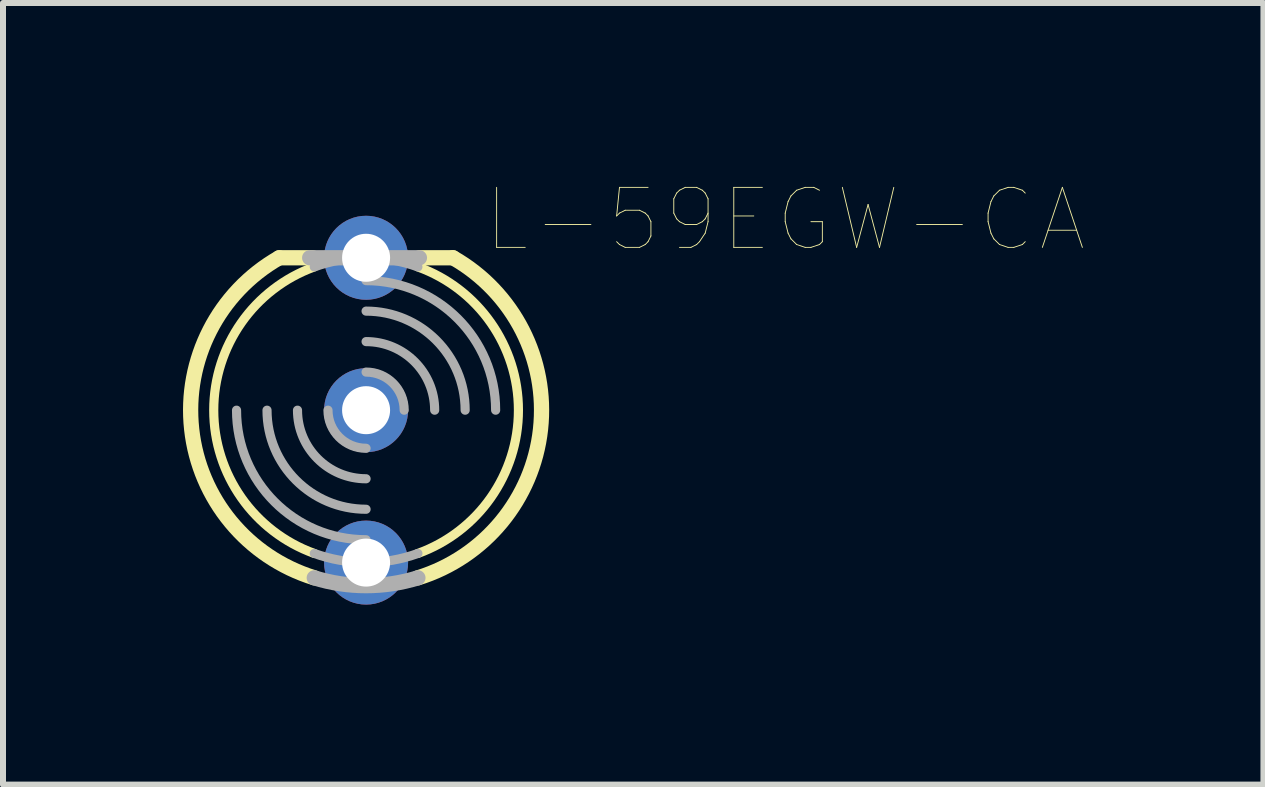
<source format=kicad_pcb>
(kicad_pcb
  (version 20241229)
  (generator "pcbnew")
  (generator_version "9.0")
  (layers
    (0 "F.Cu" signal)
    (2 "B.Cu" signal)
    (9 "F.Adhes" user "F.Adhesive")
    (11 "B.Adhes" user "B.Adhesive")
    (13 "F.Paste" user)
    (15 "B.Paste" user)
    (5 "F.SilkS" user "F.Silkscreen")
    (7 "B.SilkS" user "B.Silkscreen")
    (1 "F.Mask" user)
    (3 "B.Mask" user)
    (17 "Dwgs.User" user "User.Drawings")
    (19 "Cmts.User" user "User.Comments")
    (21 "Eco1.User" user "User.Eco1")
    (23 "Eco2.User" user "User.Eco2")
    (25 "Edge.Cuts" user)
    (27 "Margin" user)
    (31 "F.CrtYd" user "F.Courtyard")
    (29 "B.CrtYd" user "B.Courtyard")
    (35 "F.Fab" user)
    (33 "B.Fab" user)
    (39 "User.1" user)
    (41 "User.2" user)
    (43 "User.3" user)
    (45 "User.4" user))
  (footprint "L-59EGW-CA"
    (layer "F.Cu")
    (at 3.051 3.786)
    (property "Reference" "L-59EGW-CA" (at 6.985 -3.175 0) (layer "F.SilkS") (effects (font (size 1 1) (thickness 0.015))))
    (attr through_hole)
    (fp_line (start -1.448 -2.54) (end -0.889 -2.54) (stroke (width 0.254) (type solid)) (layer "F.SilkS"))
    (fp_line (start 0.889 -2.54) (end 1.448 -2.54) (stroke (width 0.254) (type solid)) (layer "F.SilkS"))
    (fp_arc (start -0.8636 2.3876) (mid -2.538989 0) (end -0.8636 -2.3876) (stroke (width 0.1524) (type solid)) (layer "F.SilkS"))
    (fp_arc (start -0.8634 2.793299) (mid -2.906462 0.318501) (end -1.4478 -2.54) (stroke (width 0.254) (type solid)) (layer "F.SilkS"))
    (fp_arc (start 0.8636 -2.3876) (mid 2.538989 0) (end 0.8636 2.3876) (stroke (width 0.1524) (type solid)) (layer "F.SilkS"))
    (fp_arc (start 1.4482 -2.5407) (mid 2.906922 0.318535) (end 0.8636 2.794001) (stroke (width 0.254) (type solid)) (layer "F.SilkS"))
    (fp_line (start -0.94 -2.54) (end 0.889 -2.54) (stroke (width 0.254) (type solid)) (layer "F.Fab"))
    (fp_arc (start -0.8636 -2.3876) (mid 0 -2.538984) (end 0.8636 -2.3876) (stroke (width 0.1524) (type solid)) (layer "F.Fab"))
    (fp_arc (start 0 -2.159) (mid 1.526644 -1.526644) (end 2.159 0) (stroke (width 0.1524) (type solid)) (layer "F.Fab"))
    (fp_arc (start 0 -1.651) (mid 1.167433 -1.167433) (end 1.651 0) (stroke (width 0.1524) (type solid)) (layer "F.Fab"))
    (fp_arc (start 0 -1.143) (mid 0.808223 -0.808223) (end 1.143 0) (stroke (width 0.1524) (type solid)) (layer "F.Fab"))
    (fp_arc (start 0 -0.635) (mid 0.449013 -0.449013) (end 0.635 0) (stroke (width 0.1524) (type solid)) (layer "F.Fab"))
    (fp_arc (start 0 0.635) (mid -0.449013 0.449013) (end -0.635 0) (stroke (width 0.1524) (type solid)) (layer "F.Fab"))
    (fp_arc (start 0 1.143) (mid -0.808223 0.808223) (end -1.143 0) (stroke (width 0.1524) (type solid)) (layer "F.Fab"))
    (fp_arc (start 0 1.651) (mid -1.167433 1.167433) (end -1.651 0) (stroke (width 0.1524) (type solid)) (layer "F.Fab"))
    (fp_arc (start 0 2.159) (mid -1.526644 1.526644) (end -2.159 0) (stroke (width 0.1524) (type solid)) (layer "F.Fab"))
    (fp_arc (start 0.8636 2.3876) (mid 0 2.538984) (end -0.8636 2.3876) (stroke (width 0.1524) (type solid)) (layer "F.Fab"))
    (fp_arc (start 0.8636 2.794) (mid 0 2.924421) (end -0.8636 2.794) (stroke (width 0.254) (type solid)) (layer "F.Fab"))
    (pad "1" thru_hole circle (at 0 -2.54) (size 1.4 1.4) (drill 0.8) (layers "*.Cu" "*.Mask"))
    (pad "2" thru_hole circle (at 0 0) (size 1.4 1.4) (drill 0.8) (layers "*.Cu" "*.Mask"))
    (pad "3" thru_hole circle (at 0 2.54) (size 1.4 1.4) (drill 0.8) (layers "*.Cu" "*.Mask")))
  (gr_rect
    (start -3 -3)
    (end 18.006 10.026)
    (stroke (width 0.1) (type default))
    (fill no)
    (layer "Edge.Cuts")))
</source>
